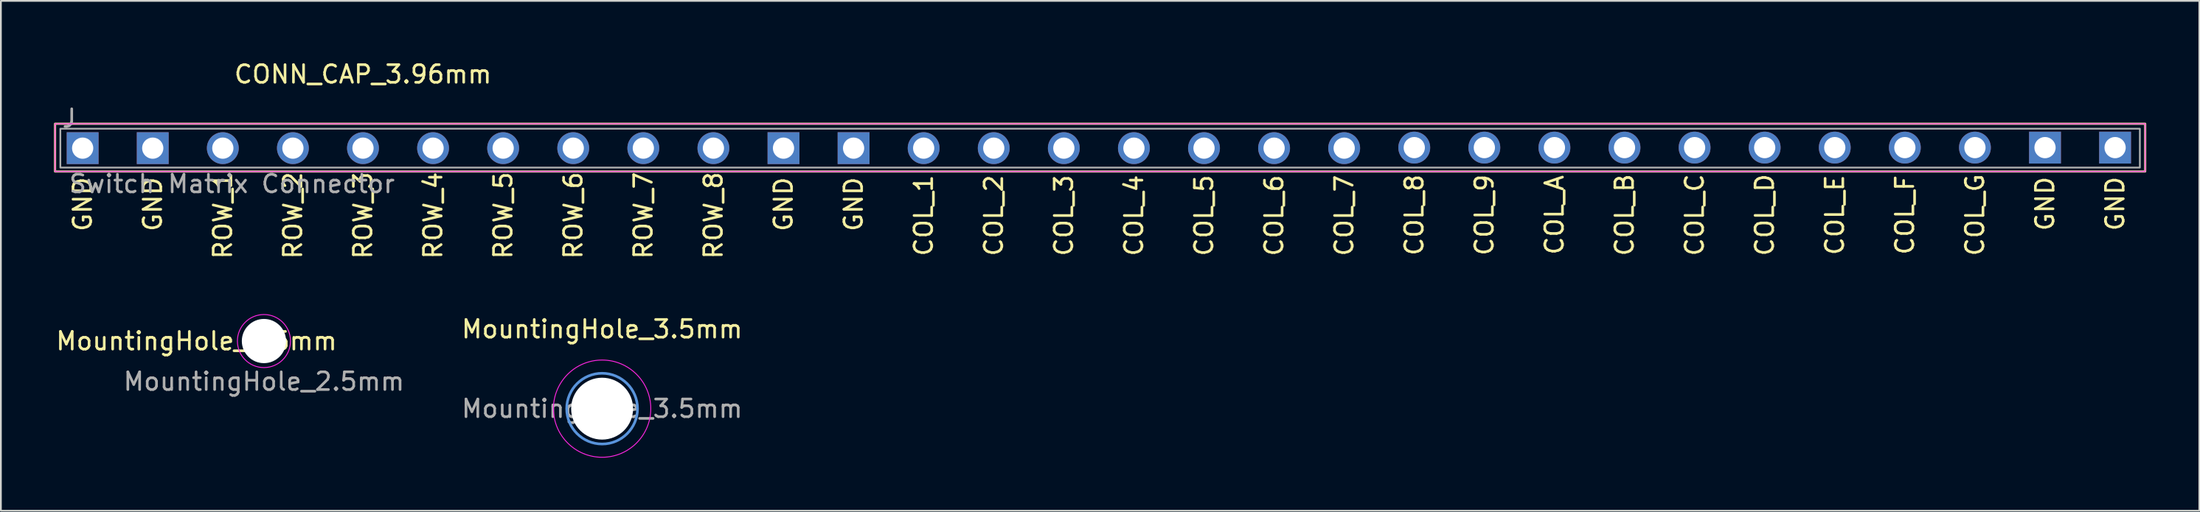
<source format=kicad_pcb>
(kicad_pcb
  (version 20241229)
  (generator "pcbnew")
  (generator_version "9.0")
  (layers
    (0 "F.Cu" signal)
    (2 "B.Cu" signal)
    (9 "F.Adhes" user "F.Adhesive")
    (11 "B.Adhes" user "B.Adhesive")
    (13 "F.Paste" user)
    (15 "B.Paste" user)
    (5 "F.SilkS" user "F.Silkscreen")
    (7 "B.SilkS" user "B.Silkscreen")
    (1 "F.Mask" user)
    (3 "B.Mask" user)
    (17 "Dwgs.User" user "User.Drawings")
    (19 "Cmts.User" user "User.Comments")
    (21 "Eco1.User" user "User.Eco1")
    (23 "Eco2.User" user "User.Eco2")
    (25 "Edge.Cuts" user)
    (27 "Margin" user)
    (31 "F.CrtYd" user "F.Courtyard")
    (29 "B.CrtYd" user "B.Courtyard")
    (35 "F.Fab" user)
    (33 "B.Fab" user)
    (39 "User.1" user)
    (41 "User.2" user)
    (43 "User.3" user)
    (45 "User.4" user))
  (footprint "CONN_CAP_3.96mm"
    (layer "F.Cu")
    (at 17.46 0.25)
    (property "Reference" "CONN_CAP_3.96mm" (at 0 0.9 0) (unlocked yes) (layer "F.SilkS") (effects (font (size 1 1) (thickness 0.15))))
    (attr through_hole)
    (fp_rect (start -17.4 3.7) (end 100.7 6.4) (stroke (width 0.12) (type solid)) (fill no) (layer "F.SilkS"))
    (fp_rect (start -17.4 3.7) (end 100.7 6.4) (stroke (width 0.05) (type solid)) (fill no) (layer "F.CrtYd"))
    (fp_rect (start -17.1 3.98) (end 100.4 6.18) (stroke (width 0.1) (type solid)) (fill no) (layer "F.Fab"))
    (fp_text user "COL_C" (at 75.24 8.86 90) (unlocked yes) (layer "F.SilkS") (effects (font (size 1 1) (thickness 0.15))))
    (fp_text user "GND" (at -11.88 8.255 90) (unlocked yes) (layer "F.SilkS") (effects (font (size 1 1) (thickness 0.15))))
    (fp_text user "COL_9" (at 63.36 8.86 90) (unlocked yes) (layer "F.SilkS") (effects (font (size 1 1) (thickness 0.15))))
    (fp_text user "ROW_5" (at 7.92 8.89 90) (unlocked yes) (layer "F.SilkS") (effects (font (size 1 1) (thickness 0.15))))
    (fp_text user "COL_D" (at 79.2 8.86 90) (unlocked yes) (layer "F.SilkS") (effects (font (size 1 1) (thickness 0.15))))
    (fp_text user "COL_2" (at 35.64 8.89 90) (unlocked yes) (layer "F.SilkS") (effects (font (size 1 1) (thickness 0.15))))
    (fp_text user "GND" (at -15.84 8.255 90) (unlocked yes) (layer "F.SilkS") (effects (font (size 1 1) (thickness 0.15))))
    (fp_text user "GND" (at 23.76 8.255 90) (unlocked yes) (layer "F.SilkS") (effects (font (size 1 1) (thickness 0.15))))
    (fp_text user "ROW_8" (at 19.8 8.89 90) (unlocked yes) (layer "F.SilkS") (effects (font (size 1 1) (thickness 0.15))))
    (fp_text user "ROW_6" (at 11.88 8.89 90) (unlocked yes) (layer "F.SilkS") (effects (font (size 1 1) (thickness 0.15))))
    (fp_text user "GND" (at 95.04 8.225 90) (unlocked yes) (layer "F.SilkS") (effects (font (size 1 1) (thickness 0.15))))
    (fp_text user "ROW_4" (at 3.96 8.89 90) (unlocked yes) (layer "F.SilkS") (effects (font (size 1 1) (thickness 0.15))))
    (fp_text user "COL_8" (at 59.4 8.86 90) (unlocked yes) (layer "F.SilkS") (effects (font (size 1 1) (thickness 0.15))))
    (fp_text user "COL_A" (at 67.32 8.86 90) (unlocked yes) (layer "F.SilkS") (effects (font (size 1 1) (thickness 0.15))))
    (fp_text user "COL_7" (at 55.44 8.89 90) (unlocked yes) (layer "F.SilkS") (effects (font (size 1 1) (thickness 0.15))))
    (fp_text user "COL_E" (at 83.16 8.86 90) (unlocked yes) (layer "F.SilkS") (effects (font (size 1 1) (thickness 0.15))))
    (fp_text user "COL_B" (at 71.28 8.86 90) (unlocked yes) (layer "F.SilkS") (effects (font (size 1 1) (thickness 0.15))))
    (fp_text user "COL_1" (at 31.68 8.89 90) (unlocked yes) (layer "F.SilkS") (effects (font (size 1 1) (thickness 0.15))))
    (fp_text user "COL_6" (at 51.48 8.89 90) (unlocked yes) (layer "F.SilkS") (effects (font (size 1 1) (thickness 0.15))))
    (fp_text user "GND" (at 27.72 8.255 90) (unlocked yes) (layer "F.SilkS") (effects (font (size 1 1) (thickness 0.15))))
    (fp_text user "COL_4" (at 43.56 8.89 90) (unlocked yes) (layer "F.SilkS") (effects (font (size 1 1) (thickness 0.15))))
    (fp_text user "COL_3" (at 39.6 8.89 90) (unlocked yes) (layer "F.SilkS") (effects (font (size 1 1) (thickness 0.15))))
    (fp_text user "COL_5" (at 47.52 8.89 90) (unlocked yes) (layer "F.SilkS") (effects (font (size 1 1) (thickness 0.15))))
    (fp_text user "GND" (at 99 8.225 90) (unlocked yes) (layer "F.SilkS") (effects (font (size 1 1) (thickness 0.15))))
    (fp_text user "COL_G" (at 91.08 8.86 90) (unlocked yes) (layer "F.SilkS") (effects (font (size 1 1) (thickness 0.15))))
    (fp_text user "ROW_2" (at -3.96 8.89 90) (unlocked yes) (layer "F.SilkS") (effects (font (size 1 1) (thickness 0.15))))
    (fp_text user "ROW_3" (at 0 8.89 90) (unlocked yes) (layer "F.SilkS") (effects (font (size 1 1) (thickness 0.15))))
    (fp_text user "COL_F" (at 87.12 8.86 90) (unlocked yes) (layer "F.SilkS") (effects (font (size 1 1) (thickness 0.15))))
    (fp_text user "ROW_1" (at -7.92 8.89 90) (unlocked yes) (layer "F.SilkS") (effects (font (size 1 1) (thickness 0.15))))
    (fp_text user "ROW_7" (at 15.84 8.89 90) (unlocked yes) (layer "F.SilkS") (effects (font (size 1 1) (thickness 0.15))))
    (fp_text user "Switch Matrix Connector" (at -7.4 7.1 0) (unlocked yes) (layer "F.Fab") (effects (font (size 1 1) (thickness 0.15))))
    (fp_text user "J" (at -16.6 3.4 0) (unlocked yes) (layer "F.Fab") (effects (font (size 1 1) (thickness 0.15))))
    (pad "1" thru_hole rect (at -15.84 5.08) (size 1.8 1.8) (drill 1.2) (layers "*.Cu" "*.Mask"))
    (pad "2" thru_hole rect (at -11.88 5.08) (size 1.8 1.8) (drill 1.2) (layers "*.Cu" "*.Mask"))
    (pad "3" thru_hole circle (at -7.92 5.08) (size 1.8 1.8) (drill 1.2) (layers "*.Cu" "*.Mask"))
    (pad "4" thru_hole circle (at -3.96 5.08) (size 1.8 1.8) (drill 1.2) (layers "*.Cu" "*.Mask"))
    (pad "5" thru_hole circle (at 0 5.08) (size 1.8 1.8) (drill 1.2) (layers "*.Cu" "*.Mask"))
    (pad "6" thru_hole circle (at 3.96 5.08) (size 1.8 1.8) (drill 1.2) (layers "*.Cu" "*.Mask"))
    (pad "7" thru_hole circle (at 7.92 5.08) (size 1.8 1.8) (drill 1.2) (layers "*.Cu" "*.Mask"))
    (pad "8" thru_hole circle (at 11.88 5.08) (size 1.8 1.8) (drill 1.2) (layers "*.Cu" "*.Mask"))
    (pad "9" thru_hole circle (at 15.84 5.08) (size 1.8 1.8) (drill 1.2) (layers "*.Cu" "*.Mask"))
    (pad "10" thru_hole circle (at 19.8 5.08) (size 1.8 1.8) (drill 1.2) (layers "*.Cu" "*.Mask"))
    (pad "11" thru_hole rect (at 23.76 5.08) (size 1.8 1.8) (drill 1.2) (layers "*.Cu" "*.Mask"))
    (pad "12" thru_hole rect (at 27.72 5.08) (size 1.8 1.8) (drill 1.2) (layers "*.Cu" "*.Mask"))
    (pad "13" thru_hole circle (at 31.68 5.08) (size 1.8 1.8) (drill 1.2) (layers "*.Cu" "*.Mask"))
    (pad "14" thru_hole circle (at 35.64 5.08) (size 1.8 1.8) (drill 1.2) (layers "*.Cu" "*.Mask"))
    (pad "15" thru_hole circle (at 39.6 5.08) (size 1.8 1.8) (drill 1.2) (layers "*.Cu" "*.Mask"))
    (pad "16" thru_hole circle (at 43.56 5.08) (size 1.8 1.8) (drill 1.2) (layers "*.Cu" "*.Mask"))
    (pad "17" thru_hole circle (at 47.52 5.08) (size 1.8 1.8) (drill 1.2) (layers "*.Cu" "*.Mask"))
    (pad "18" thru_hole circle (at 51.48 5.08) (size 1.8 1.8) (drill 1.2) (layers "*.Cu" "*.Mask"))
    (pad "19" thru_hole circle (at 55.44 5.08) (size 1.8 1.8) (drill 1.2) (layers "*.Cu" "*.Mask"))
    (pad "20" thru_hole circle (at 59.4 5.05) (size 1.8 1.8) (drill 1.2) (layers "*.Cu" "*.Mask"))
    (pad "21" thru_hole circle (at 63.36 5.05) (size 1.8 1.8) (drill 1.2) (layers "*.Cu" "*.Mask"))
    (pad "22" thru_hole circle (at 67.32 5.05) (size 1.8 1.8) (drill 1.2) (layers "*.Cu" "*.Mask"))
    (pad "23" thru_hole circle (at 71.28 5.05) (size 1.8 1.8) (drill 1.2) (layers "*.Cu" "*.Mask"))
    (pad "24" thru_hole circle (at 75.24 5.05) (size 1.8 1.8) (drill 1.2) (layers "*.Cu" "*.Mask"))
    (pad "25" thru_hole circle (at 79.2 5.05) (size 1.8 1.8) (drill 1.2) (layers "*.Cu" "*.Mask"))
    (pad "26" thru_hole circle (at 83.16 5.05) (size 1.8 1.8) (drill 1.2) (layers "*.Cu" "*.Mask"))
    (pad "27" thru_hole circle (at 87.12 5.05) (size 1.8 1.8) (drill 1.2) (layers "*.Cu" "*.Mask"))
    (pad "28" thru_hole circle (at 91.08 5.05) (size 1.8 1.8) (drill 1.2) (layers "*.Cu" "*.Mask"))
    (pad "29" thru_hole rect (at 95.04 5.05) (size 1.8 1.8) (drill 1.2) (layers "*.Cu" "*.Mask"))
    (pad "30" thru_hole rect (at 99 5.05) (size 1.8 1.8) (drill 1.2) (layers "*.Cu" "*.Mask")))
  (footprint "MountingHole_3.5mm"
    (layer "F.Cu")
    (at 30.971 20.066)
    (property "Reference" "MountingHole_3.5mm" (at 0 -4.5 0) (layer "F.SilkS") (effects (font (size 1 1) (thickness 0.15))))
    (attr exclude_from_pos_files exclude_from_bom)
    (fp_circle (center 0 0) (end 2 0) (stroke (width 0.15) (type solid)) (fill no) (layer "Cmts.User"))
    (fp_circle (center 0 0) (end 2.75 0) (stroke (width 0.05) (type solid)) (fill no) (layer "F.CrtYd"))
    (fp_text user "${REFERENCE}" (at 0 0 0) (layer "F.Fab") (effects (font (size 1 1) (thickness 0.15))))
    (pad "" np_thru_hole circle (at 0 0) (size 3.5 3.5) (drill 3.5) (layers "*.Cu" "*.Mask")))
  (footprint "MountingHole_2.5mm"
    (layer "F.Cu")
    (at 11.864 16.242)
    (property "Reference" "MountingHole_2.5mm" (at -3.81 0 0) (layer "F.SilkS") (effects (font (size 1 1) (thickness 0.15))))
    (attr exclude_from_pos_files exclude_from_bom)
    (fp_circle (center 0 0) (end 1.5 0) (stroke (width 0.05) (type solid)) (fill no) (layer "F.CrtYd"))
    (fp_text user "${REFERENCE}" (at 0 2.286 0) (layer "F.Fab") (effects (font (size 1 1) (thickness 0.15))))
    (pad "" np_thru_hole circle (at 0 0) (size 2.5 2.5) (drill 2.5) (layers "*.Cu" "*.Mask")))
  (gr_rect
    (start -3 -3)
    (end 121.22 25.841)
    (stroke (width 0.1) (type default))
    (fill no)
    (layer "Edge.Cuts")))
</source>
